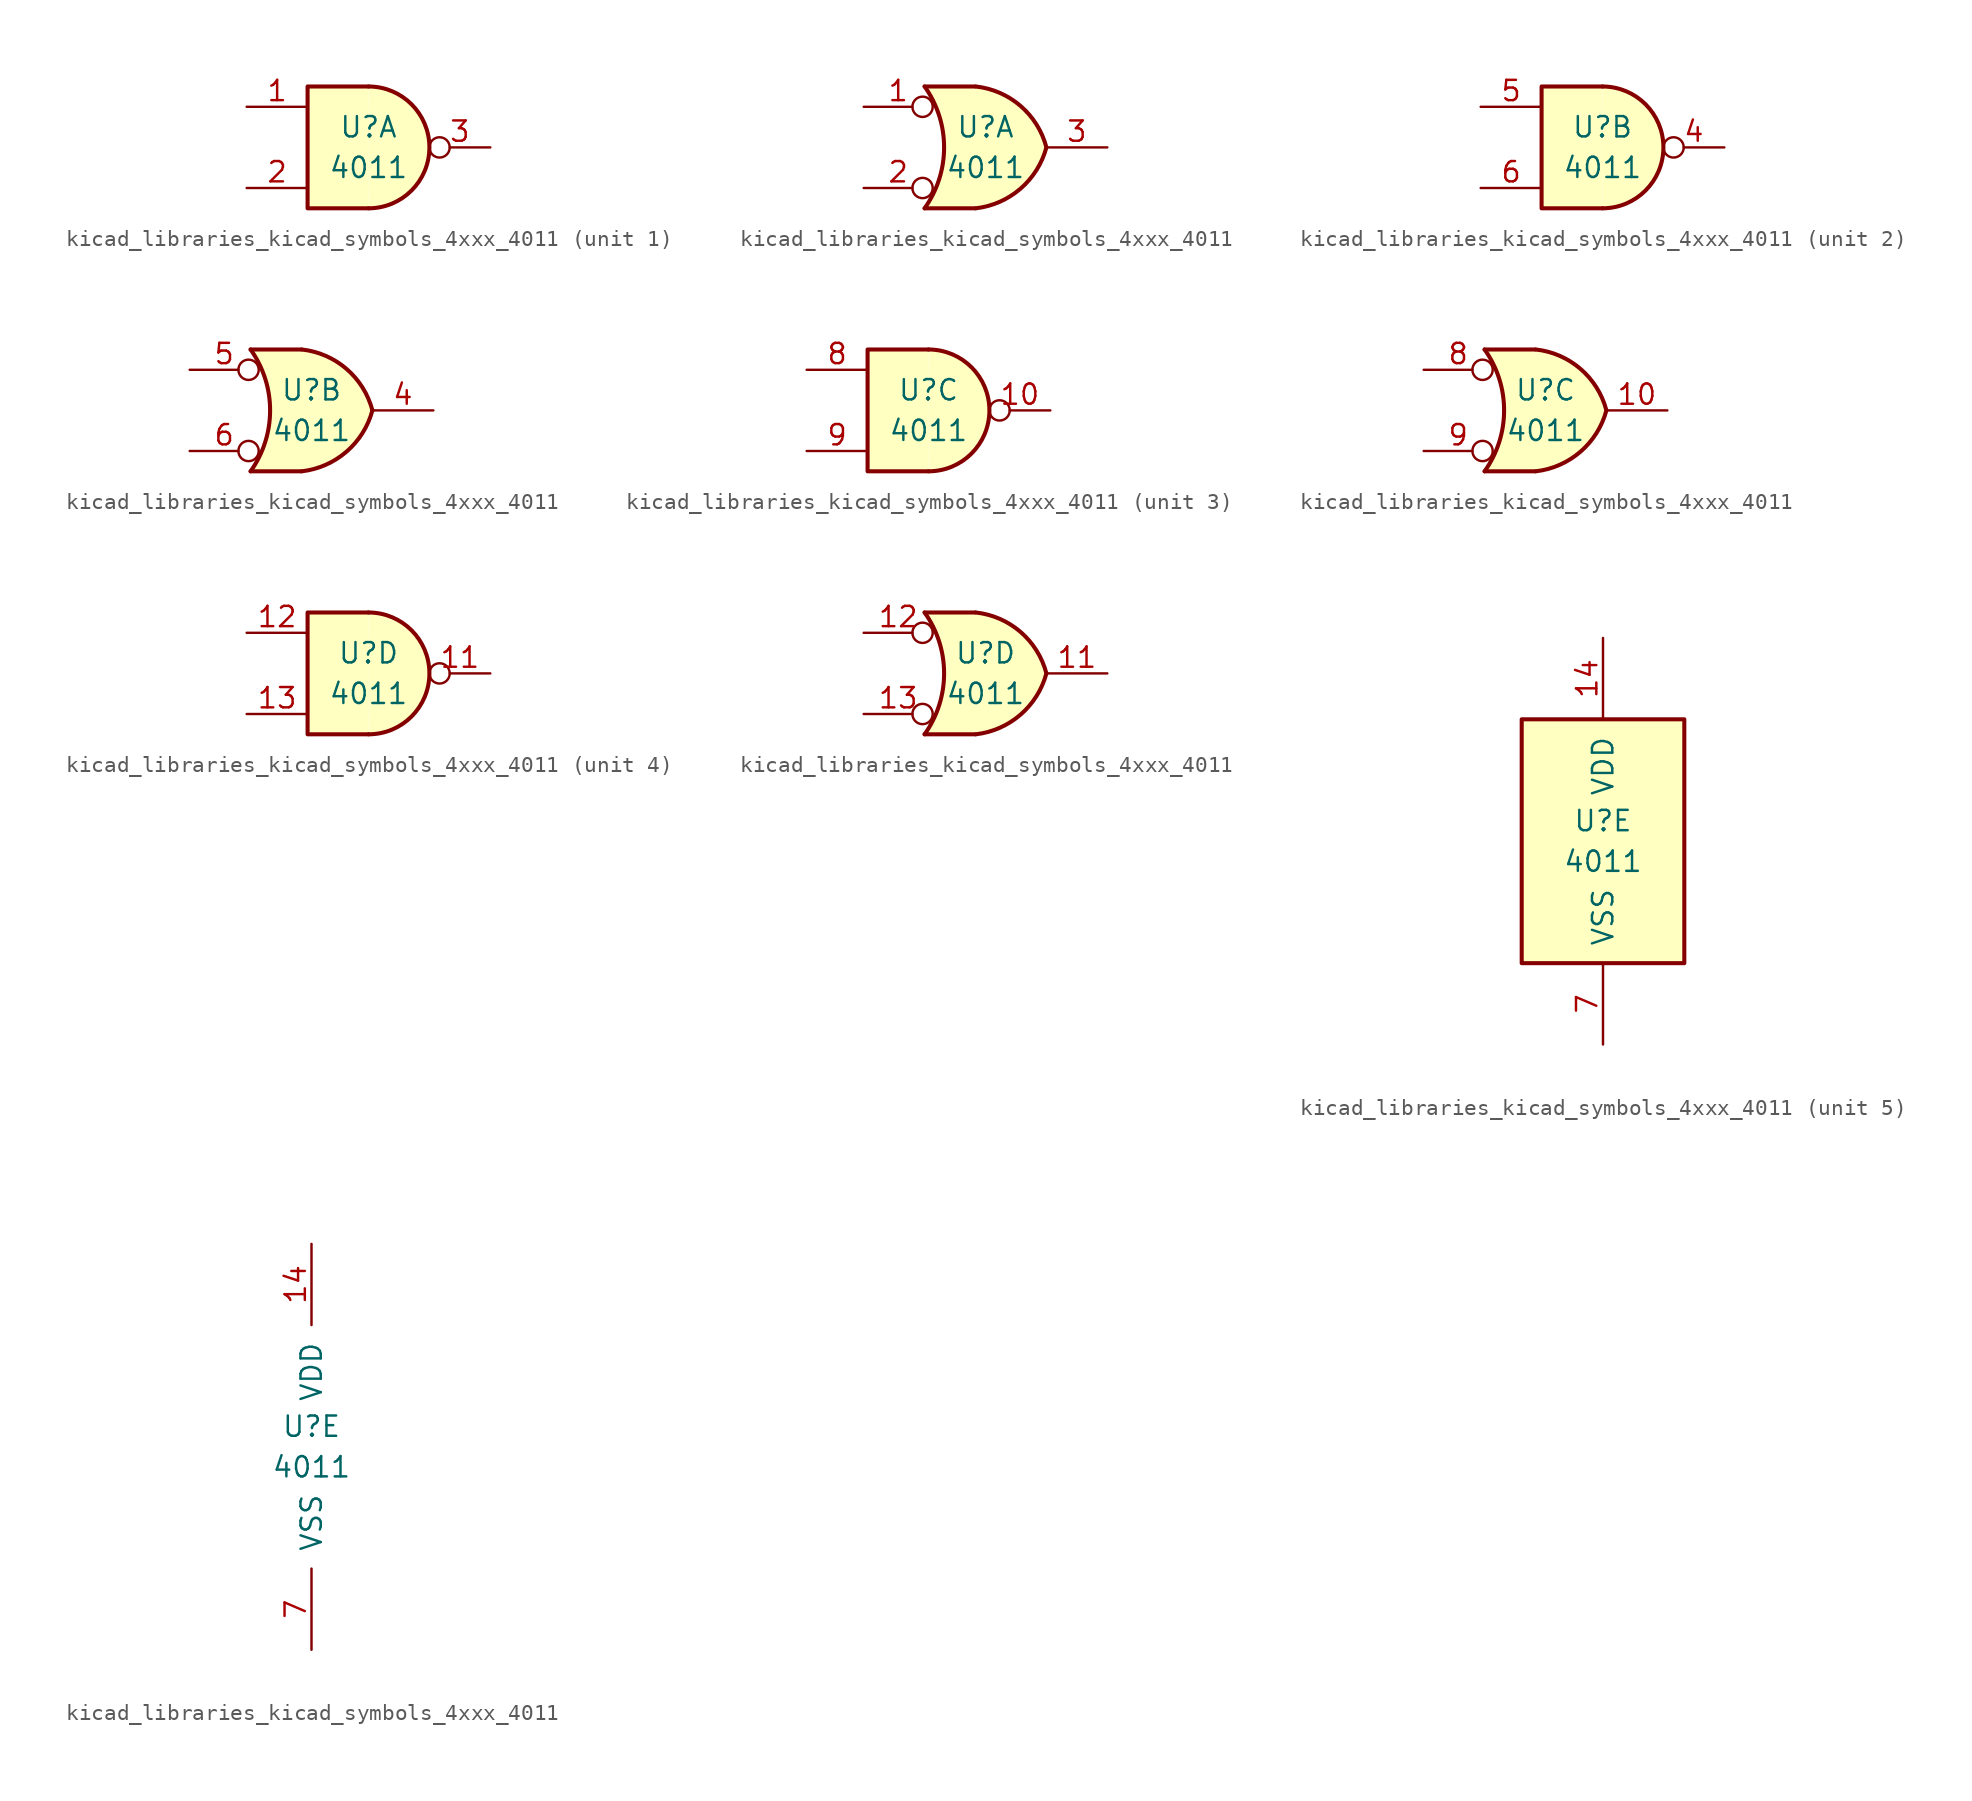
<source format=kicad_sym>
(kicad_symbol_lib
  (version 20220914)
  (generator kicad_symbol_editor)
  (symbol "kicad_libraries_kicad_symbols_4xxx_4011"
    (pin_names
      (offset 1.016))
    (property "Reference" "U"
      (at 0 1.27 0)
      (effects (font (size 1.27 1.27))))
    (property "Value" "4011"
      (at 0 -1.27 0)
      (effects (font (size 1.27 1.27))))
    (property "ki_locked" ""
      (at 0 0 0)
      (effects (font (size 1.27 1.27))))
    (symbol "kicad_libraries_kicad_symbols_4xxx_4011_1_1"
      (arc (start 0 -3.81) (mid 3.7934 0) (end 0 3.81) (stroke (width 0.254) (type default)) (fill (type background)))
      (polyline (pts (xy 0 3.81) (xy -3.81 3.81) (xy -3.81 -3.81) (xy 0 -3.81)) (stroke (width 0.254) (type default)) (fill (type background)))
      (pin input line (at -7.62 2.54 0) (length 3.81) (name "~" (effects (font (size 1.27 1.27)))) (number "1" (effects (font (size 1.27 1.27)))))
      (pin input line (at -7.62 -2.54 0) (length 3.81) (name "~" (effects (font (size 1.27 1.27)))) (number "2" (effects (font (size 1.27 1.27)))))
      (pin output inverted (at 7.62 0 180) (length 3.81) (name "~" (effects (font (size 1.27 1.27)))) (number "3" (effects (font (size 1.27 1.27))))))
    (symbol "kicad_libraries_kicad_symbols_4xxx_4011_1_2"
      (arc (start -3.81 -3.81) (mid -2.589 0) (end -3.81 3.81) (stroke (width 0.254) (type default)) (fill (type none)))
      (arc (start -0.6096 -3.81) (mid 2.1842 -2.5851) (end 3.81 0) (stroke (width 0.254) (type default)) (fill (type background)))
      (polyline (pts (xy -3.81 -3.81) (xy -0.635 -3.81)) (stroke (width 0.254) (type default)) (fill (type background)))
      (polyline (pts (xy -3.81 3.81) (xy -0.635 3.81)) (stroke (width 0.254) (type default)) (fill (type background)))
      (polyline (pts (xy -0.635 3.81) (xy -3.81 3.81) (xy -3.81 3.81) (xy -3.556 3.404) (xy -3.023 2.261) (xy -2.692 1.041) (xy -2.616 -0.254) (xy -2.769 -1.499) (xy -3.175 -2.718) (xy -3.81 -3.81) (xy -3.81 -3.81) (xy -0.635 -3.81)) (stroke (width -25.4) (type default)) (fill (type background)))
      (arc (start 3.81 0) (mid 2.1915 2.5936) (end -0.6096 3.81) (stroke (width 0.254) (type default)) (fill (type background)))
      (pin input inverted (at -7.62 2.54 0) (length 4.318) (name "~" (effects (font (size 1.27 1.27)))) (number "1" (effects (font (size 1.27 1.27)))))
      (pin input inverted (at -7.62 -2.54 0) (length 4.318) (name "~" (effects (font (size 1.27 1.27)))) (number "2" (effects (font (size 1.27 1.27)))))
      (pin output line (at 7.62 0 180) (length 3.81) (name "~" (effects (font (size 1.27 1.27)))) (number "3" (effects (font (size 1.27 1.27))))))
    (symbol "kicad_libraries_kicad_symbols_4xxx_4011_2_1"
      (arc (start 0 -3.81) (mid 3.7934 0) (end 0 3.81) (stroke (width 0.254) (type default)) (fill (type background)))
      (polyline (pts (xy 0 3.81) (xy -3.81 3.81) (xy -3.81 -3.81) (xy 0 -3.81)) (stroke (width 0.254) (type default)) (fill (type background)))
      (pin output inverted (at 7.62 0 180) (length 3.81) (name "~" (effects (font (size 1.27 1.27)))) (number "4" (effects (font (size 1.27 1.27)))))
      (pin input line (at -7.62 2.54 0) (length 3.81) (name "~" (effects (font (size 1.27 1.27)))) (number "5" (effects (font (size 1.27 1.27)))))
      (pin input line (at -7.62 -2.54 0) (length 3.81) (name "~" (effects (font (size 1.27 1.27)))) (number "6" (effects (font (size 1.27 1.27))))))
    (symbol "kicad_libraries_kicad_symbols_4xxx_4011_2_2"
      (arc (start -3.81 -3.81) (mid -2.589 0) (end -3.81 3.81) (stroke (width 0.254) (type default)) (fill (type none)))
      (arc (start -0.6096 -3.81) (mid 2.1842 -2.5851) (end 3.81 0) (stroke (width 0.254) (type default)) (fill (type background)))
      (polyline (pts (xy -3.81 -3.81) (xy -0.635 -3.81)) (stroke (width 0.254) (type default)) (fill (type background)))
      (polyline (pts (xy -3.81 3.81) (xy -0.635 3.81)) (stroke (width 0.254) (type default)) (fill (type background)))
      (polyline (pts (xy -0.635 3.81) (xy -3.81 3.81) (xy -3.81 3.81) (xy -3.556 3.404) (xy -3.023 2.261) (xy -2.692 1.041) (xy -2.616 -0.254) (xy -2.769 -1.499) (xy -3.175 -2.718) (xy -3.81 -3.81) (xy -3.81 -3.81) (xy -0.635 -3.81)) (stroke (width -25.4) (type default)) (fill (type background)))
      (arc (start 3.81 0) (mid 2.1915 2.5936) (end -0.6096 3.81) (stroke (width 0.254) (type default)) (fill (type background)))
      (pin output line (at 7.62 0 180) (length 3.81) (name "~" (effects (font (size 1.27 1.27)))) (number "4" (effects (font (size 1.27 1.27)))))
      (pin input inverted (at -7.62 2.54 0) (length 4.318) (name "~" (effects (font (size 1.27 1.27)))) (number "5" (effects (font (size 1.27 1.27)))))
      (pin input inverted (at -7.62 -2.54 0) (length 4.318) (name "~" (effects (font (size 1.27 1.27)))) (number "6" (effects (font (size 1.27 1.27))))))
    (symbol "kicad_libraries_kicad_symbols_4xxx_4011_3_1"
      (arc (start 0 -3.81) (mid 3.7934 0) (end 0 3.81) (stroke (width 0.254) (type default)) (fill (type background)))
      (polyline (pts (xy 0 3.81) (xy -3.81 3.81) (xy -3.81 -3.81) (xy 0 -3.81)) (stroke (width 0.254) (type default)) (fill (type background)))
      (pin output inverted (at 7.62 0 180) (length 3.81) (name "~" (effects (font (size 1.27 1.27)))) (number "10" (effects (font (size 1.27 1.27)))))
      (pin input line (at -7.62 2.54 0) (length 3.81) (name "~" (effects (font (size 1.27 1.27)))) (number "8" (effects (font (size 1.27 1.27)))))
      (pin input line (at -7.62 -2.54 0) (length 3.81) (name "~" (effects (font (size 1.27 1.27)))) (number "9" (effects (font (size 1.27 1.27))))))
    (symbol "kicad_libraries_kicad_symbols_4xxx_4011_3_2"
      (arc (start -3.81 -3.81) (mid -2.589 0) (end -3.81 3.81) (stroke (width 0.254) (type default)) (fill (type none)))
      (arc (start -0.6096 -3.81) (mid 2.1842 -2.5851) (end 3.81 0) (stroke (width 0.254) (type default)) (fill (type background)))
      (polyline (pts (xy -3.81 -3.81) (xy -0.635 -3.81)) (stroke (width 0.254) (type default)) (fill (type background)))
      (polyline (pts (xy -3.81 3.81) (xy -0.635 3.81)) (stroke (width 0.254) (type default)) (fill (type background)))
      (polyline (pts (xy -0.635 3.81) (xy -3.81 3.81) (xy -3.81 3.81) (xy -3.556 3.404) (xy -3.023 2.261) (xy -2.692 1.041) (xy -2.616 -0.254) (xy -2.769 -1.499) (xy -3.175 -2.718) (xy -3.81 -3.81) (xy -3.81 -3.81) (xy -0.635 -3.81)) (stroke (width -25.4) (type default)) (fill (type background)))
      (arc (start 3.81 0) (mid 2.1915 2.5936) (end -0.6096 3.81) (stroke (width 0.254) (type default)) (fill (type background)))
      (pin output line (at 7.62 0 180) (length 3.81) (name "~" (effects (font (size 1.27 1.27)))) (number "10" (effects (font (size 1.27 1.27)))))
      (pin input inverted (at -7.62 2.54 0) (length 4.318) (name "~" (effects (font (size 1.27 1.27)))) (number "8" (effects (font (size 1.27 1.27)))))
      (pin input inverted (at -7.62 -2.54 0) (length 4.318) (name "~" (effects (font (size 1.27 1.27)))) (number "9" (effects (font (size 1.27 1.27))))))
    (symbol "kicad_libraries_kicad_symbols_4xxx_4011_4_1"
      (arc (start 0 -3.81) (mid 3.7934 0) (end 0 3.81) (stroke (width 0.254) (type default)) (fill (type background)))
      (polyline (pts (xy 0 3.81) (xy -3.81 3.81) (xy -3.81 -3.81) (xy 0 -3.81)) (stroke (width 0.254) (type default)) (fill (type background)))
      (pin output inverted (at 7.62 0 180) (length 3.81) (name "~" (effects (font (size 1.27 1.27)))) (number "11" (effects (font (size 1.27 1.27)))))
      (pin input line (at -7.62 2.54 0) (length 3.81) (name "~" (effects (font (size 1.27 1.27)))) (number "12" (effects (font (size 1.27 1.27)))))
      (pin input line (at -7.62 -2.54 0) (length 3.81) (name "~" (effects (font (size 1.27 1.27)))) (number "13" (effects (font (size 1.27 1.27))))))
    (symbol "kicad_libraries_kicad_symbols_4xxx_4011_4_2"
      (arc (start -3.81 -3.81) (mid -2.589 0) (end -3.81 3.81) (stroke (width 0.254) (type default)) (fill (type none)))
      (arc (start -0.6096 -3.81) (mid 2.1842 -2.5851) (end 3.81 0) (stroke (width 0.254) (type default)) (fill (type background)))
      (polyline (pts (xy -3.81 -3.81) (xy -0.635 -3.81)) (stroke (width 0.254) (type default)) (fill (type background)))
      (polyline (pts (xy -3.81 3.81) (xy -0.635 3.81)) (stroke (width 0.254) (type default)) (fill (type background)))
      (polyline (pts (xy -0.635 3.81) (xy -3.81 3.81) (xy -3.81 3.81) (xy -3.556 3.404) (xy -3.023 2.261) (xy -2.692 1.041) (xy -2.616 -0.254) (xy -2.769 -1.499) (xy -3.175 -2.718) (xy -3.81 -3.81) (xy -3.81 -3.81) (xy -0.635 -3.81)) (stroke (width -25.4) (type default)) (fill (type background)))
      (arc (start 3.81 0) (mid 2.1915 2.5936) (end -0.6096 3.81) (stroke (width 0.254) (type default)) (fill (type background)))
      (pin output line (at 7.62 0 180) (length 3.81) (name "~" (effects (font (size 1.27 1.27)))) (number "11" (effects (font (size 1.27 1.27)))))
      (pin input inverted (at -7.62 2.54 0) (length 4.318) (name "~" (effects (font (size 1.27 1.27)))) (number "12" (effects (font (size 1.27 1.27)))))
      (pin input inverted (at -7.62 -2.54 0) (length 4.318) (name "~" (effects (font (size 1.27 1.27)))) (number "13" (effects (font (size 1.27 1.27))))))
    (symbol "kicad_libraries_kicad_symbols_4xxx_4011_5_0"
      (pin power_in line (at 0 12.7 270) (length 5.08) (name "VDD" (effects (font (size 1.27 1.27)))) (number "14" (effects (font (size 1.27 1.27)))))
      (pin power_in line (at 0 -12.7 90) (length 5.08) (name "VSS" (effects (font (size 1.27 1.27)))) (number "7" (effects (font (size 1.27 1.27))))))
    (symbol "kicad_libraries_kicad_symbols_4xxx_4011_5_1"
      (rectangle (start -5.08 7.62) (end 5.08 -7.62) (stroke (width 0.254) (type default)) (fill (type background))))))
</source>
